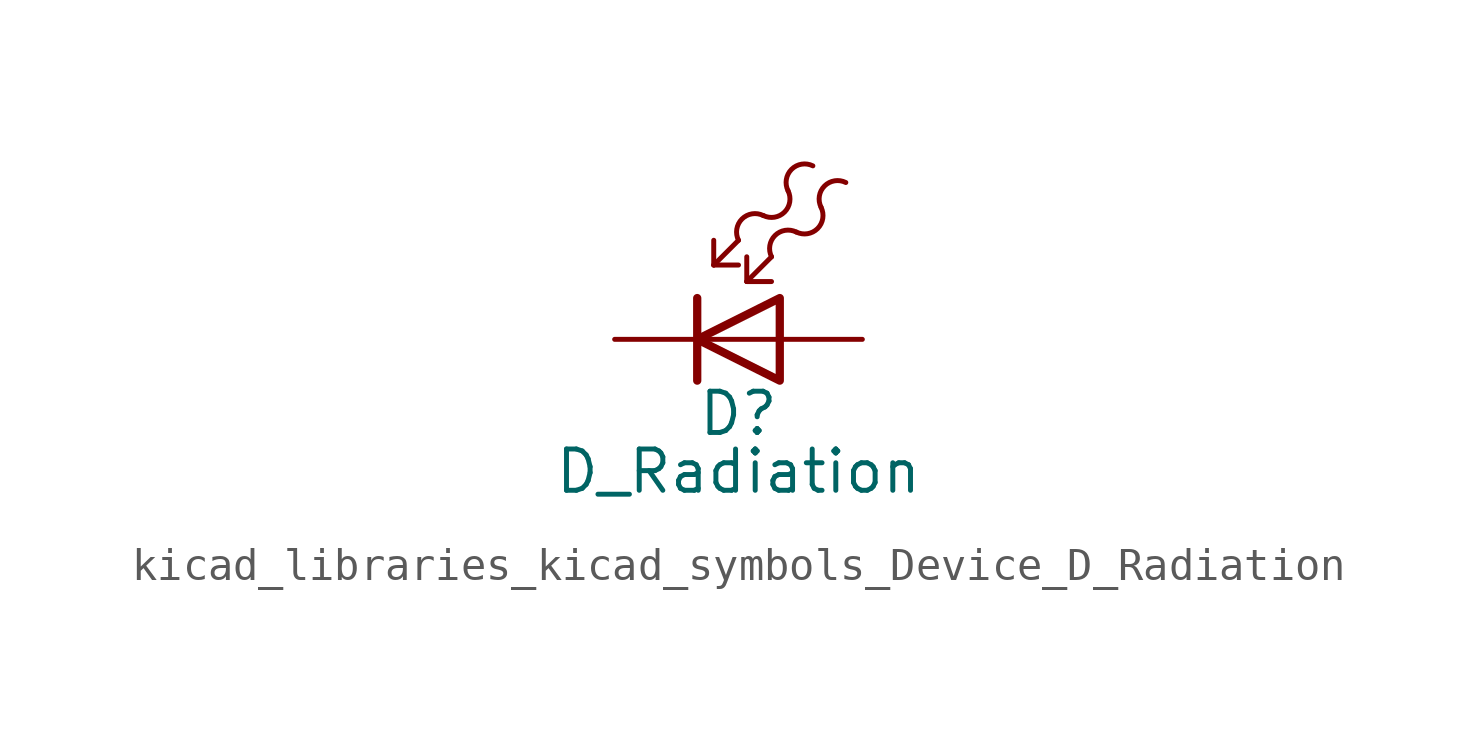
<source format=kicad_sym>
(kicad_symbol_lib
  (version 20220914)
  (generator kicad_symbol_editor)
  (symbol "kicad_libraries_kicad_symbols_Device_D_Radiation"
    (pin_numbers hide)
    (pin_names
      (offset 1.016) hide)
    (property "Reference" "D"
      (at -1.27 -2.286 0)
      (effects (font (size 1.27 1.27))))
    (property "Value" "D_Radiation"
      (at -1.27 -4.064 0)
      (effects (font (size 1.27 1.27))))
    (symbol "kicad_libraries_kicad_symbols_Device_D_Radiation_0_1"
      (arc (start -0.508 3.81) (mid -1.1636 3.7036) (end -1.27 3.048) (stroke (width 0) (type default)) (fill (type none)))
      (arc (start -0.508 3.81) (mid 0.1476 3.9164) (end 0.254 4.572) (stroke (width 0) (type default)) (fill (type none)))
      (polyline (pts (xy -2.54 1.27) (xy -2.54 -1.27)) (stroke (width 0.254) (type default)) (fill (type none)))
      (polyline (pts (xy -2.032 2.286) (xy -1.27 2.286)) (stroke (width 0) (type default)) (fill (type none)))
      (polyline (pts (xy -2.032 2.286) (xy -1.27 3.048)) (stroke (width 0) (type default)) (fill (type none)))
      (polyline (pts (xy -2.032 3.048) (xy -2.032 2.286)) (stroke (width 0) (type default)) (fill (type none)))
      (polyline (pts (xy -1.016 1.778) (xy -0.254 1.778)) (stroke (width 0) (type default)) (fill (type none)))
      (polyline (pts (xy -1.016 1.778) (xy -0.254 2.54)) (stroke (width 0) (type default)) (fill (type none)))
      (polyline (pts (xy -1.016 2.54) (xy -1.016 1.778)) (stroke (width 0) (type default)) (fill (type none)))
      (polyline (pts (xy 0 0) (xy -2.54 0)) (stroke (width 0) (type default)) (fill (type none)))
      (polyline (pts (xy 0 1.27) (xy 0 -1.27) (xy -2.54 0) (xy 0 1.27)) (stroke (width 0.254) (type default)) (fill (type none)))
      (arc (start 0.508 3.302) (mid -0.1476 3.1956) (end -0.254 2.54) (stroke (width 0) (type default)) (fill (type none)))
      (arc (start 0.508 3.302) (mid 1.1636 3.4084) (end 1.27 4.064) (stroke (width 0) (type default)) (fill (type none)))
      (arc (start 1.016 5.334) (mid 0.3604 5.2276) (end 0.254 4.572) (stroke (width 0) (type default)) (fill (type none)))
      (arc (start 2.032 4.826) (mid 1.3764 4.7196) (end 1.27 4.064) (stroke (width 0) (type default)) (fill (type none))))
    (symbol "kicad_libraries_kicad_symbols_Device_D_Radiation_1_1"
      (pin passive line (at -5.08 0 0) (length 2.54) (name "K" (effects (font (size 1.27 1.27)))) (number "1" (effects (font (size 1.27 1.27)))))
      (pin passive line (at 2.54 0 180) (length 2.54) (name "A" (effects (font (size 1.27 1.27)))) (number "2" (effects (font (size 1.27 1.27))))))))
</source>
